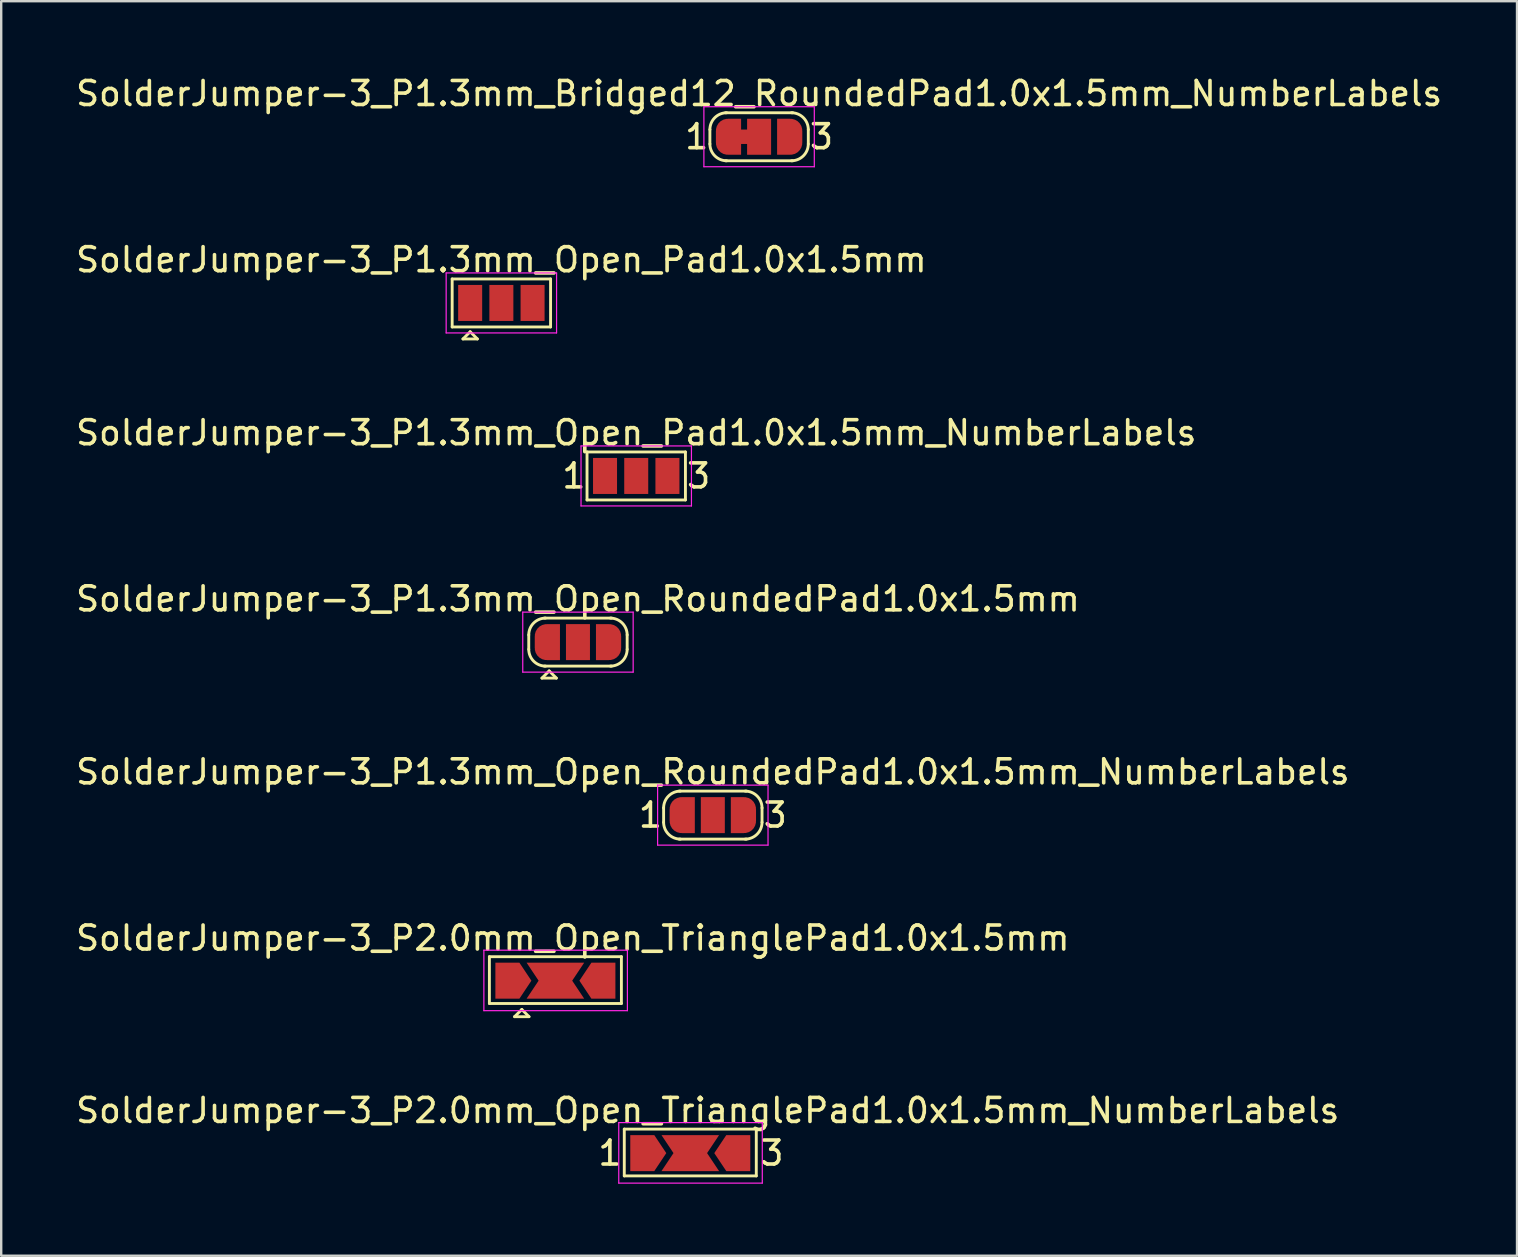
<source format=kicad_pcb>
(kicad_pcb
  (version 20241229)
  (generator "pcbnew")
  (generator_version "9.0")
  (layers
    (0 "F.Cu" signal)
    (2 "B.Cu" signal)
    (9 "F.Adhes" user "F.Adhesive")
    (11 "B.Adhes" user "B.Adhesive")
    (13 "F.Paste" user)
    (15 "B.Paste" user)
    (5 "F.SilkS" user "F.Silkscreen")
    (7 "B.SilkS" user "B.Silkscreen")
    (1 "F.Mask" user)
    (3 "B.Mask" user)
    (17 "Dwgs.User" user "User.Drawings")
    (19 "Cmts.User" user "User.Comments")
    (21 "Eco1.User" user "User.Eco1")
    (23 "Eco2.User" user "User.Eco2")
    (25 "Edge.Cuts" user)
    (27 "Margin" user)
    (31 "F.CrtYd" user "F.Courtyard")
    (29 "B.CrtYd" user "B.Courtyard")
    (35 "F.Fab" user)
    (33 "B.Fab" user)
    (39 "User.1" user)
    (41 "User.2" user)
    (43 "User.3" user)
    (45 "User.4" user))
  (footprint "SolderJumper-3_P2.0mm_Open_TrianglePad1.0x1.5mm"
    (layer "F.Cu")
    (at 20.09 37.809)
    (property "Reference" "SolderJumper-3_P2.0mm_Open_TrianglePad1.0x1.5mm" (at 0.725 -1.775 0) (layer "F.SilkS") (effects (font (size 1 1) (thickness 0.15))))
    (attr exclude_from_pos_files exclude_from_bom allow_soldermask_bridges)
    (fp_rect (start -2.5 -0.75) (end 2.5 0.75) (stroke (width 0) (type default)) (fill yes) (layer "F.Mask"))
    (fp_line (start -2.75 -1) (end 2.75 -1) (stroke (width 0.12) (type solid)) (layer "F.SilkS"))
    (fp_line (start -2.75 0.95) (end -2.75 -1) (stroke (width 0.12) (type solid)) (layer "F.SilkS"))
    (fp_line (start -1.7 1.5) (end -1.1 1.5) (stroke (width 0.12) (type solid)) (layer "F.SilkS"))
    (fp_line (start -1.4 1.2) (end -1.7 1.5) (stroke (width 0.12) (type solid)) (layer "F.SilkS"))
    (fp_line (start -1.1 1.5) (end -1.4 1.2) (stroke (width 0.12) (type solid)) (layer "F.SilkS"))
    (fp_line (start 2.75 -1) (end 2.75 0.95) (stroke (width 0.12) (type solid)) (layer "F.SilkS"))
    (fp_line (start 2.75 0.95) (end -2.75 0.95) (stroke (width 0.12) (type solid)) (layer "F.SilkS"))
    (fp_line (start -2.98 -1.27) (end -2.98 1.25) (stroke (width 0.05) (type solid)) (layer "F.CrtYd"))
    (fp_line (start -2.98 -1.27) (end 3 -1.27) (stroke (width 0.05) (type solid)) (layer "F.CrtYd"))
    (fp_line (start 3 1.25) (end -2.98 1.25) (stroke (width 0.05) (type solid)) (layer "F.CrtYd"))
    (fp_line (start 3 1.25) (end 3 -1.27) (stroke (width 0.05) (type solid)) (layer "F.CrtYd"))
    (pad "1" smd custom (at -2 0) (size 0.3 0.3) (layers "F.Cu" "F.Mask") (options (anchor rect)) (primitives (gr_poly (pts (xy 1 0) (xy 0.5 0.75) (xy -0.5 0.75) (xy -0.5 -0.75) (xy 0.5 -0.75)) (width 0) (fill yes))))
    (pad "2" smd custom (at 0 0) (size 0.3 0.3) (layers "F.Cu") (options (anchor rect)) (primitives (gr_poly (pts (xy 0.7 0) (xy 1.2 0.75) (xy -1.2 0.75) (xy -0.7 0) (xy -1.2 -0.75) (xy 1.2 -0.75)) (width 0) (fill yes))))
    (pad "3" smd custom (at 2 0 180) (size 0.3 0.3) (layers "F.Cu" "F.Mask") (options (anchor rect)) (primitives (gr_poly (pts (xy 1 0) (xy 0.5 0.75) (xy -0.5 0.75) (xy -0.5 -0.75) (xy 0.5 -0.75)) (width 0) (fill yes)))))
  (footprint "SolderJumper-3_P2.0mm_Open_TrianglePad1.0x1.5mm_NumberLabels"
    (layer "F.Cu")
    (at 25.71 44.993)
    (property "Reference" "SolderJumper-3_P2.0mm_Open_TrianglePad1.0x1.5mm_NumberLabels" (at 0.725 -1.775 0) (layer "F.SilkS") (effects (font (size 1 1) (thickness 0.15))))
    (attr exclude_from_pos_files exclude_from_bom allow_soldermask_bridges)
    (fp_rect (start -2.5 -0.75) (end 2.5 0.75) (stroke (width 0) (type default)) (fill yes) (layer "F.Mask"))
    (fp_line (start -2.75 -1) (end 2.75 -1) (stroke (width 0.12) (type solid)) (layer "F.SilkS"))
    (fp_line (start -2.75 0.95) (end -2.75 -1) (stroke (width 0.12) (type solid)) (layer "F.SilkS"))
    (fp_line (start 2.75 -1) (end 2.75 0.95) (stroke (width 0.12) (type solid)) (layer "F.SilkS"))
    (fp_line (start 2.75 0.95) (end -2.75 0.95) (stroke (width 0.12) (type solid)) (layer "F.SilkS"))
    (fp_line (start -2.98 -1.27) (end -2.98 1.25) (stroke (width 0.05) (type solid)) (layer "F.CrtYd"))
    (fp_line (start -2.98 -1.27) (end 3 -1.27) (stroke (width 0.05) (type solid)) (layer "F.CrtYd"))
    (fp_line (start 3 1.25) (end -2.98 1.25) (stroke (width 0.05) (type solid)) (layer "F.CrtYd"))
    (fp_line (start 3 1.25) (end 3 -1.27) (stroke (width 0.05) (type solid)) (layer "F.CrtYd"))
    (fp_text user "3" (at 3.4 0 0) (layer "F.SilkS") (effects (font (size 1 1) (thickness 0.15))))
    (fp_text user "1" (at -3.35 0 0) (layer "F.SilkS") (effects (font (size 1 1) (thickness 0.15))))
    (pad "1" smd custom (at -2 0) (size 0.3 0.3) (layers "F.Cu" "F.Mask") (options (anchor rect)) (primitives (gr_poly (pts (xy 1 0) (xy 0.5 0.75) (xy -0.5 0.75) (xy -0.5 -0.75) (xy 0.5 -0.75)) (width 0) (fill yes))))
    (pad "2" smd custom (at 0 0) (size 0.3 0.3) (layers "F.Cu") (options (anchor rect)) (primitives (gr_poly (pts (xy 0.7 0) (xy 1.2 0.75) (xy -1.2 0.75) (xy -0.7 0) (xy -1.2 -0.75) (xy 1.2 -0.75)) (width 0) (fill yes))))
    (pad "3" smd custom (at 2 0 180) (size 0.3 0.3) (layers "F.Cu" "F.Mask") (options (anchor rect)) (primitives (gr_poly (pts (xy 1 0) (xy 0.5 0.75) (xy -0.5 0.75) (xy -0.5 -0.75) (xy 0.5 -0.75)) (width 0) (fill yes)))))
  (footprint "SolderJumper-3_P1.3mm_Open_RoundedPad1.0x1.5mm"
    (layer "F.Cu")
    (at 21.03 23.703)
    (property "Reference" "SolderJumper-3_P1.3mm_Open_RoundedPad1.0x1.5mm" (at 0 -1.8 0) (layer "F.SilkS") (effects (font (size 1 1) (thickness 0.15))))
    (attr exclude_from_pos_files exclude_from_bom allow_soldermask_bridges)
    (fp_rect (start -0.75 -0.75) (end 0.75 0.75) (stroke (width 0) (type default)) (fill yes) (layer "F.Mask"))
    (fp_line (start -2.05 0.3) (end -2.05 -0.3) (stroke (width 0.12) (type solid)) (layer "F.SilkS"))
    (fp_line (start -1.5 1.5) (end -0.9 1.5) (stroke (width 0.12) (type solid)) (layer "F.SilkS"))
    (fp_line (start -1.4 -1) (end 1.4 -1) (stroke (width 0.12) (type solid)) (layer "F.SilkS"))
    (fp_line (start -1.2 1.2) (end -1.5 1.5) (stroke (width 0.12) (type solid)) (layer "F.SilkS"))
    (fp_line (start -1.2 1.2) (end -0.9 1.5) (stroke (width 0.12) (type solid)) (layer "F.SilkS"))
    (fp_line (start 1.4 1) (end -1.4 1) (stroke (width 0.12) (type solid)) (layer "F.SilkS"))
    (fp_line (start 2.05 -0.3) (end 2.05 0.3) (stroke (width 0.12) (type solid)) (layer "F.SilkS"))
    (fp_arc (start -2.05 -0.3) (mid -1.844975 -0.794975) (end -1.35 -1) (stroke (width 0.12) (type solid)) (layer "F.SilkS"))
    (fp_arc (start -1.35 1) (mid -1.844975 0.794975) (end -2.05 0.3) (stroke (width 0.12) (type solid)) (layer "F.SilkS"))
    (fp_arc (start 1.35 -1) (mid 1.844975 -0.794975) (end 2.05 -0.3) (stroke (width 0.12) (type solid)) (layer "F.SilkS"))
    (fp_arc (start 2.05 0.3) (mid 1.844975 0.794975) (end 1.35 1) (stroke (width 0.12) (type solid)) (layer "F.SilkS"))
    (fp_line (start -2.3 -1.25) (end -2.3 1.25) (stroke (width 0.05) (type solid)) (layer "F.CrtYd"))
    (fp_line (start -2.3 -1.25) (end 2.3 -1.25) (stroke (width 0.05) (type solid)) (layer "F.CrtYd"))
    (fp_line (start 2.3 1.25) (end -2.3 1.25) (stroke (width 0.05) (type solid)) (layer "F.CrtYd"))
    (fp_line (start 2.3 1.25) (end 2.3 -1.25) (stroke (width 0.05) (type solid)) (layer "F.CrtYd"))
    (pad "1" smd custom (at -1.3 0) (size 1 0.5) (layers "F.Cu" "F.Mask") (options (anchor rect)) (primitives (gr_circle (center 0 0.25) (end 0.5 0.25) (width 0) (fill yes)) (gr_circle (center 0 -0.25) (end 0.5 -0.25) (width 0) (fill yes)) (gr_poly (pts (xy 0.55 0.75) (xy 0 0.75) (xy 0 -0.75) (xy 0.55 -0.75)) (width 0) (fill yes))))
    (pad "2" smd rect (at 0 0) (size 1 1.5) (layers "F.Cu" "F.Mask"))
    (pad "3" smd custom (at 1.3 0) (size 1 0.5) (layers "F.Cu" "F.Mask") (options (anchor rect)) (primitives (gr_circle (center 0 0.25) (end 0.5 0.25) (width 0) (fill yes)) (gr_circle (center 0 -0.25) (end 0.5 -0.25) (width 0) (fill yes)) (gr_poly (pts (xy 0 0.75) (xy -0.55 0.75) (xy -0.55 -0.75) (xy 0 -0.75)) (width 0) (fill yes)))))
  (footprint "SolderJumper-3_P1.3mm_Open_Pad1.0x1.5mm_NumberLabels"
    (layer "F.Cu")
    (at 23.458 16.78)
    (property "Reference" "SolderJumper-3_P1.3mm_Open_Pad1.0x1.5mm_NumberLabels" (at 0 -1.8 0) (layer "F.SilkS") (effects (font (size 1 1) (thickness 0.15))))
    (attr exclude_from_pos_files exclude_from_bom allow_soldermask_bridges)
    (fp_rect (start -0.8 -0.75) (end 0.8 0.75) (stroke (width 0) (type default)) (fill yes) (layer "F.Mask"))
    (fp_line (start -2.05 -1) (end 2.05 -1) (stroke (width 0.12) (type solid)) (layer "F.SilkS"))
    (fp_line (start -2.05 1) (end -2.05 -1) (stroke (width 0.12) (type solid)) (layer "F.SilkS"))
    (fp_line (start 2.05 -1) (end 2.05 1) (stroke (width 0.12) (type solid)) (layer "F.SilkS"))
    (fp_line (start 2.05 1) (end -2.05 1) (stroke (width 0.12) (type solid)) (layer "F.SilkS"))
    (fp_line (start -2.3 -1.25) (end -2.3 1.25) (stroke (width 0.05) (type solid)) (layer "F.CrtYd"))
    (fp_line (start -2.3 -1.25) (end 2.3 -1.25) (stroke (width 0.05) (type solid)) (layer "F.CrtYd"))
    (fp_line (start 2.3 1.25) (end -2.3 1.25) (stroke (width 0.05) (type solid)) (layer "F.CrtYd"))
    (fp_line (start 2.3 1.25) (end 2.3 -1.25) (stroke (width 0.05) (type solid)) (layer "F.CrtYd"))
    (fp_text user "1" (at -2.6 0 0) (layer "F.SilkS") (effects (font (size 1 1) (thickness 0.15))))
    (fp_text user "3" (at 2.6 0 0) (layer "F.SilkS") (effects (font (size 1 1) (thickness 0.15))))
    (pad "1" smd rect (at -1.3 0) (size 1 1.5) (layers "F.Cu" "F.Mask"))
    (pad "2" smd rect (at 0 0) (size 1 1.5) (layers "F.Cu" "F.Mask"))
    (pad "3" smd rect (at 1.3 0) (size 1 1.5) (layers "F.Cu" "F.Mask")))
  (footprint "SolderJumper-3_P1.3mm_Open_RoundedPad1.0x1.5mm_NumberLabels"
    (layer "F.Cu")
    (at 26.649 30.911)
    (property "Reference" "SolderJumper-3_P1.3mm_Open_RoundedPad1.0x1.5mm_NumberLabels" (at 0 -1.8 0) (layer "F.SilkS") (effects (font (size 1 1) (thickness 0.15))))
    (attr exclude_from_pos_files exclude_from_bom allow_soldermask_bridges)
    (fp_rect (start -0.75 -0.75) (end 0.75 0.75) (stroke (width 0) (type default)) (fill yes) (layer "F.Mask"))
    (fp_line (start -2.05 0.3) (end -2.05 -0.3) (stroke (width 0.12) (type solid)) (layer "F.SilkS"))
    (fp_line (start -1.4 -1) (end 1.4 -1) (stroke (width 0.12) (type solid)) (layer "F.SilkS"))
    (fp_line (start 1.4 1) (end -1.4 1) (stroke (width 0.12) (type solid)) (layer "F.SilkS"))
    (fp_line (start 2.05 -0.3) (end 2.05 0.3) (stroke (width 0.12) (type solid)) (layer "F.SilkS"))
    (fp_arc (start -2.05 -0.3) (mid -1.844975 -0.794975) (end -1.35 -1) (stroke (width 0.12) (type solid)) (layer "F.SilkS"))
    (fp_arc (start -1.35 1) (mid -1.844975 0.794975) (end -2.05 0.3) (stroke (width 0.12) (type solid)) (layer "F.SilkS"))
    (fp_arc (start 1.35 -1) (mid 1.844975 -0.794975) (end 2.05 -0.3) (stroke (width 0.12) (type solid)) (layer "F.SilkS"))
    (fp_arc (start 2.05 0.3) (mid 1.844975 0.794975) (end 1.35 1) (stroke (width 0.12) (type solid)) (layer "F.SilkS"))
    (fp_line (start -2.3 -1.25) (end -2.3 1.25) (stroke (width 0.05) (type solid)) (layer "F.CrtYd"))
    (fp_line (start -2.3 -1.25) (end 2.3 -1.25) (stroke (width 0.05) (type solid)) (layer "F.CrtYd"))
    (fp_line (start 2.3 1.25) (end -2.3 1.25) (stroke (width 0.05) (type solid)) (layer "F.CrtYd"))
    (fp_line (start 2.3 1.25) (end 2.3 -1.25) (stroke (width 0.05) (type solid)) (layer "F.CrtYd"))
    (fp_text user "3" (at 2.6 0 0) (layer "F.SilkS") (effects (font (size 1 1) (thickness 0.15))))
    (fp_text user "1" (at -2.6 0 0) (layer "F.SilkS") (effects (font (size 1 1) (thickness 0.15))))
    (pad "1" smd custom (at -1.3 0) (size 1 0.5) (layers "F.Cu" "F.Mask") (options (anchor rect)) (primitives (gr_circle (center 0 0.25) (end 0.5 0.25) (width 0) (fill yes)) (gr_circle (center 0 -0.25) (end 0.5 -0.25) (width 0) (fill yes)) (gr_poly (pts (xy 0.55 0.75) (xy 0 0.75) (xy 0 -0.75) (xy 0.55 -0.75)) (width 0) (fill yes))))
    (pad "2" smd rect (at 0 0) (size 1 1.5) (layers "F.Cu" "F.Mask"))
    (pad "3" smd custom (at 1.3 0) (size 1 0.5) (layers "F.Cu" "F.Mask") (options (anchor rect)) (primitives (gr_circle (center 0 0.25) (end 0.5 0.25) (width 0) (fill yes)) (gr_circle (center 0 -0.25) (end 0.5 -0.25) (width 0) (fill yes)) (gr_poly (pts (xy 0 0.75) (xy -0.55 0.75) (xy -0.55 -0.75) (xy 0 -0.75)) (width 0) (fill yes)))))
  (footprint "SolderJumper-3_P1.3mm_Bridged12_RoundedPad1.0x1.5mm_NumberLabels"
    (layer "F.Cu")
    (at 28.577 2.648)
    (property "Reference" "SolderJumper-3_P1.3mm_Bridged12_RoundedPad1.0x1.5mm_NumberLabels" (at 0 -1.8 0) (layer "F.SilkS") (effects (font (size 1 1) (thickness 0.15))))
    (attr exclude_from_pos_files exclude_from_bom allow_soldermask_bridges)
    (fp_poly (pts (xy -0.9 -0.3) (xy -0.4 -0.3) (xy -0.4 0.3) (xy -0.9 0.3)) (stroke (width 0) (type solid)) (fill yes) (layer "F.Cu"))
    (fp_rect (start -0.75 -0.75) (end 0.75 0.75) (stroke (width 0) (type default)) (fill yes) (layer "F.Mask"))
    (fp_line (start -2.05 0.3) (end -2.05 -0.3) (stroke (width 0.12) (type solid)) (layer "F.SilkS"))
    (fp_line (start -1.4 -1) (end 1.4 -1) (stroke (width 0.12) (type solid)) (layer "F.SilkS"))
    (fp_line (start 1.4 1) (end -1.4 1) (stroke (width 0.12) (type solid)) (layer "F.SilkS"))
    (fp_line (start 2.05 -0.3) (end 2.05 0.3) (stroke (width 0.12) (type solid)) (layer "F.SilkS"))
    (fp_arc (start -2.05 -0.3) (mid -1.844975 -0.794975) (end -1.35 -1) (stroke (width 0.12) (type solid)) (layer "F.SilkS"))
    (fp_arc (start -1.35 1) (mid -1.844975 0.794975) (end -2.05 0.3) (stroke (width 0.12) (type solid)) (layer "F.SilkS"))
    (fp_arc (start 1.35 -1) (mid 1.844975 -0.794975) (end 2.05 -0.3) (stroke (width 0.12) (type solid)) (layer "F.SilkS"))
    (fp_arc (start 2.05 0.3) (mid 1.844975 0.794975) (end 1.35 1) (stroke (width 0.12) (type solid)) (layer "F.SilkS"))
    (fp_line (start -2.3 -1.25) (end -2.3 1.25) (stroke (width 0.05) (type solid)) (layer "F.CrtYd"))
    (fp_line (start -2.3 -1.25) (end 2.3 -1.25) (stroke (width 0.05) (type solid)) (layer "F.CrtYd"))
    (fp_line (start 2.3 1.25) (end -2.3 1.25) (stroke (width 0.05) (type solid)) (layer "F.CrtYd"))
    (fp_line (start 2.3 1.25) (end 2.3 -1.25) (stroke (width 0.05) (type solid)) (layer "F.CrtYd"))
    (fp_text user "1" (at -2.6 0 0) (layer "F.SilkS") (effects (font (size 1 1) (thickness 0.15))))
    (fp_text user "3" (at 2.6 0 0) (layer "F.SilkS") (effects (font (size 1 1) (thickness 0.15))))
    (pad "1" smd custom (at -1.3 0) (size 1 0.5) (layers "F.Cu" "F.Mask") (options (anchor rect)) (primitives (gr_poly (pts (xy 0.55 0.75) (xy 0 0.75) (xy 0 -0.75) (xy 0.55 -0.75)) (width 0) (fill yes)) (gr_circle (center 0 0.25) (end 0.5 0.25) (width 0) (fill yes)) (gr_circle (center 0 -0.25) (end 0.5 -0.25) (width 0) (fill yes))))
    (pad "2" smd rect (at 0 0) (size 1 1.5) (layers "F.Cu" "F.Mask"))
    (pad "3" smd custom (at 1.3 0) (size 1 0.5) (layers "F.Cu" "F.Mask") (options (anchor rect)) (primitives (gr_circle (center 0 0.25) (end 0.5 0.25) (width 0) (fill yes)) (gr_circle (center 0 -0.25) (end 0.5 -0.25) (width 0) (fill yes)) (gr_poly (pts (xy 0 0.75) (xy -0.55 0.75) (xy -0.55 -0.75) (xy 0 -0.75)) (width 0) (fill yes)))))
  (footprint "SolderJumper-3_P1.3mm_Open_Pad1.0x1.5mm"
    (layer "F.Cu")
    (at 17.839 9.572)
    (property "Reference" "SolderJumper-3_P1.3mm_Open_Pad1.0x1.5mm" (at 0 -1.8 0) (layer "F.SilkS") (effects (font (size 1 1) (thickness 0.15))))
    (attr exclude_from_pos_files exclude_from_bom allow_soldermask_bridges)
    (fp_rect (start -0.8 -0.75) (end 0.8 0.75) (stroke (width 0) (type default)) (fill yes) (layer "F.Mask"))
    (fp_line (start -2.05 -1) (end 2.05 -1) (stroke (width 0.12) (type solid)) (layer "F.SilkS"))
    (fp_line (start -2.05 1) (end -2.05 -1) (stroke (width 0.12) (type solid)) (layer "F.SilkS"))
    (fp_line (start -1.6 1.5) (end -1 1.5) (stroke (width 0.12) (type solid)) (layer "F.SilkS"))
    (fp_line (start -1.3 1.2) (end -1.6 1.5) (stroke (width 0.12) (type solid)) (layer "F.SilkS"))
    (fp_line (start -1.3 1.2) (end -1 1.5) (stroke (width 0.12) (type solid)) (layer "F.SilkS"))
    (fp_line (start 2.05 -1) (end 2.05 1) (stroke (width 0.12) (type solid)) (layer "F.SilkS"))
    (fp_line (start 2.05 1) (end -2.05 1) (stroke (width 0.12) (type solid)) (layer "F.SilkS"))
    (fp_line (start -2.3 -1.25) (end -2.3 1.25) (stroke (width 0.05) (type solid)) (layer "F.CrtYd"))
    (fp_line (start -2.3 -1.25) (end 2.3 -1.25) (stroke (width 0.05) (type solid)) (layer "F.CrtYd"))
    (fp_line (start 2.3 1.25) (end -2.3 1.25) (stroke (width 0.05) (type solid)) (layer "F.CrtYd"))
    (fp_line (start 2.3 1.25) (end 2.3 -1.25) (stroke (width 0.05) (type solid)) (layer "F.CrtYd"))
    (pad "1" smd rect (at -1.3 0) (size 1 1.5) (layers "F.Cu" "F.Mask"))
    (pad "2" smd rect (at 0 0) (size 1 1.5) (layers "F.Cu" "F.Mask"))
    (pad "3" smd rect (at 1.3 0) (size 1 1.5) (layers "F.Cu" "F.Mask")))
  (gr_rect
    (start -3 -3)
    (end 60.155 49.268)
    (stroke (width 0.1) (type default))
    (fill no)
    (layer "Edge.Cuts")))
</source>
